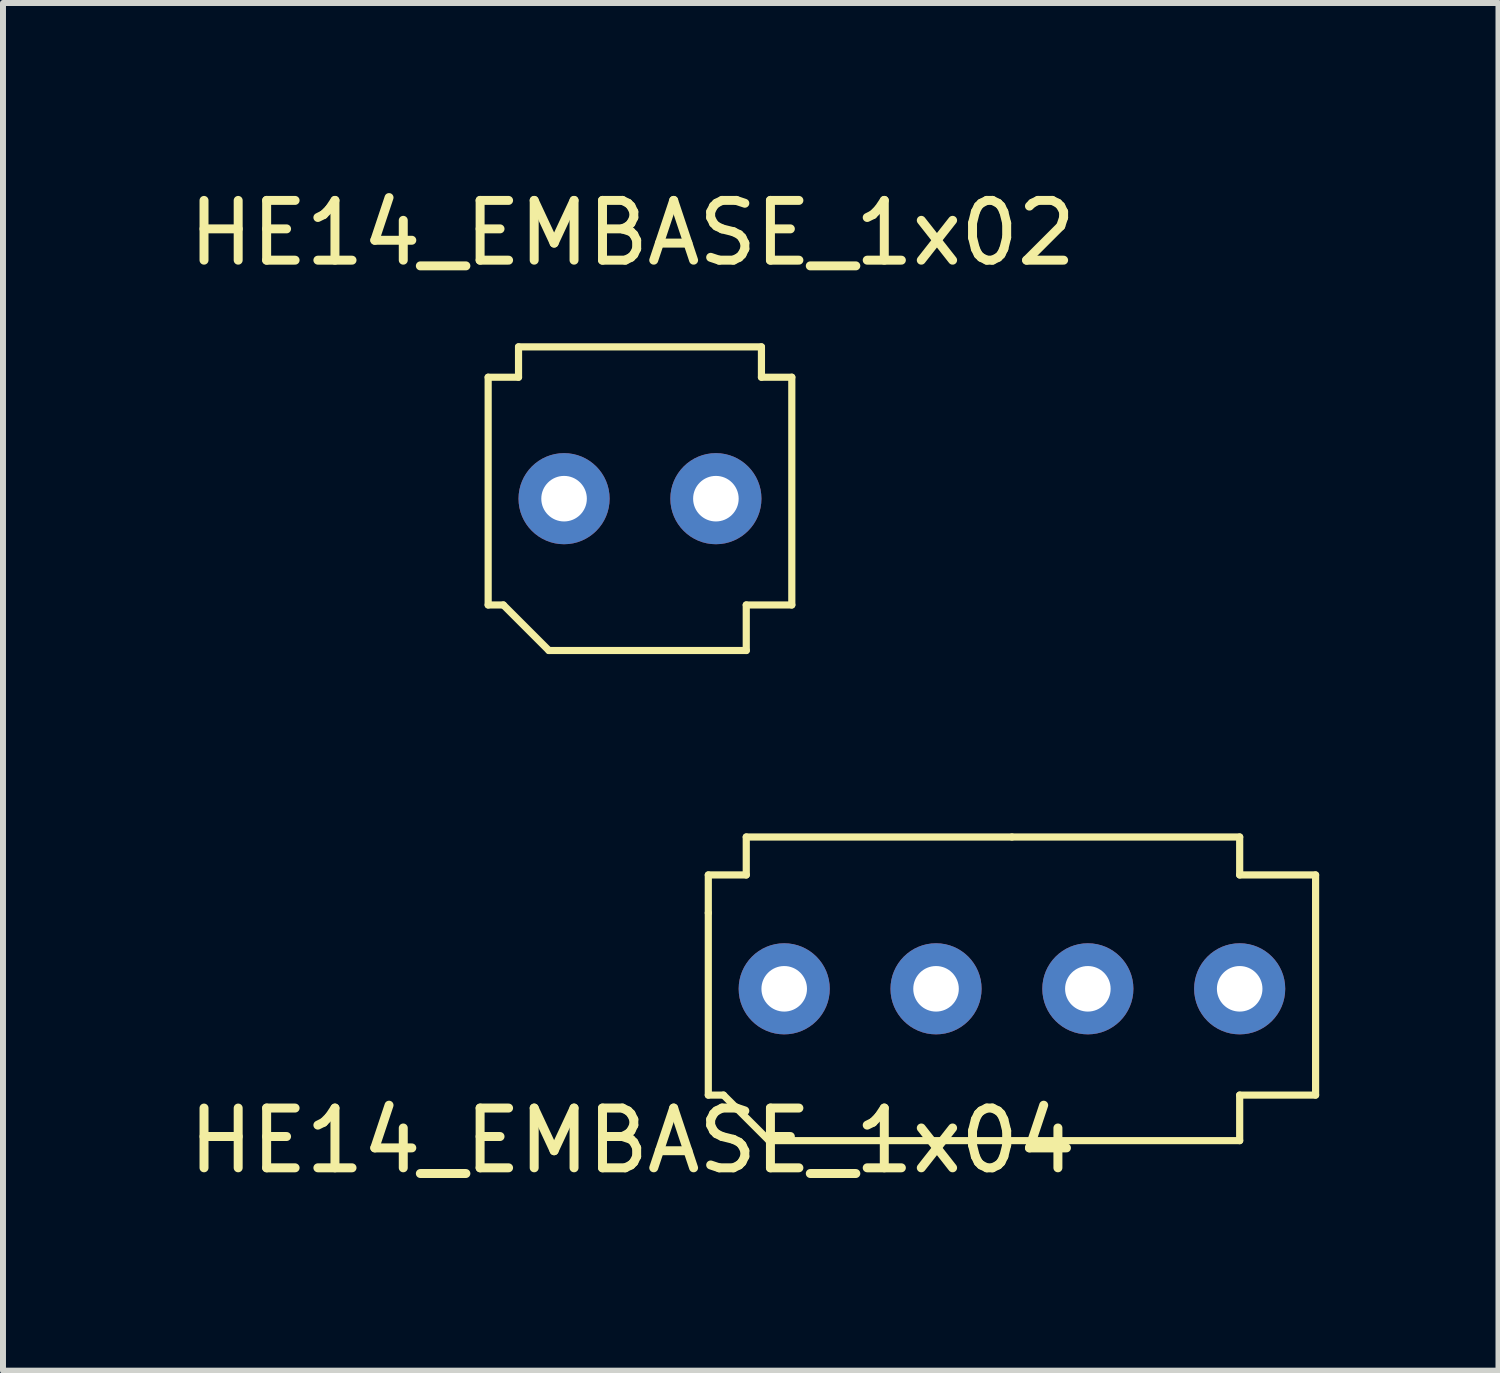
<source format=kicad_pcb>
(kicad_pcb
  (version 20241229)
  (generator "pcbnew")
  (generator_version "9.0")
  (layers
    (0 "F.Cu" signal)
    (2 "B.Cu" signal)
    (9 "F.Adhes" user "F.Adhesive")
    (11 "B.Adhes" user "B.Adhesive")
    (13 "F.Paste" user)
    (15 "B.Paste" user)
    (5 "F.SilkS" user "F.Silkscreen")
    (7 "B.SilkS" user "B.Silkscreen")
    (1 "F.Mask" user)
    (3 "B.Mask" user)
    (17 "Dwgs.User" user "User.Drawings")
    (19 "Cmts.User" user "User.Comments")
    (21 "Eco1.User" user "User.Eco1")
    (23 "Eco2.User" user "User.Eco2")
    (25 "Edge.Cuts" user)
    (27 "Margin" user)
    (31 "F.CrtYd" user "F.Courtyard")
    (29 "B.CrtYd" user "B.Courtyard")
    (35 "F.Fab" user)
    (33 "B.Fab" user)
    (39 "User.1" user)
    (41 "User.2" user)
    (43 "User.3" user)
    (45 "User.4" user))
  (footprint "HE14_EMBASE_1x02"
    (layer "F.Cu")
    (at 5.625 5.293)
    (property "Reference" "HE14_EMBASE_1x02" (at 1.905 -4.445 0) (unlocked yes) (layer "F.SilkS") (effects (font (size 1 1) (thickness 0.15))))
    (attr through_hole)
    (fp_line (start -0.508 -2.032) (end -0.508 1.778) (stroke (width 0.12) (type solid)) (layer "F.SilkS"))
    (fp_line (start -0.508 1.778) (end -0.254 1.778) (stroke (width 0.12) (type solid)) (layer "F.SilkS"))
    (fp_line (start -0.254 1.778) (end 0.508 2.54) (stroke (width 0.12) (type solid)) (layer "F.SilkS"))
    (fp_line (start 0 -2.54) (end 0 -2.032) (stroke (width 0.12) (type solid)) (layer "F.SilkS"))
    (fp_line (start 0 -2.032) (end -0.508 -2.032) (stroke (width 0.12) (type solid)) (layer "F.SilkS"))
    (fp_line (start 0.508 2.54) (end 3.81 2.54) (stroke (width 0.12) (type solid)) (layer "F.SilkS"))
    (fp_line (start 3.81 1.778) (end 3.81 2.54) (stroke (width 0.12) (type solid)) (layer "F.SilkS"))
    (fp_line (start 4.064 -2.54) (end 0 -2.54) (stroke (width 0.12) (type solid)) (layer "F.SilkS"))
    (fp_line (start 4.064 -2.54) (end 4.064 -2.032) (stroke (width 0.12) (type solid)) (layer "F.SilkS"))
    (fp_line (start 4.064 -2.032) (end 4.572 -2.032) (stroke (width 0.12) (type solid)) (layer "F.SilkS"))
    (fp_line (start 4.572 1.778) (end 3.81 1.778) (stroke (width 0.12) (type solid)) (layer "F.SilkS"))
    (fp_line (start 4.572 1.778) (end 4.572 -2.032) (stroke (width 0.12) (type solid)) (layer "F.SilkS"))
    (pad "1" thru_hole circle (at 0.762 0) (size 1.524 1.524) (drill 0.762) (layers "*.Cu" "*.Mask"))
    (pad "2" thru_hole circle (at 3.302 0) (size 1.524 1.524) (drill 0.762) (layers "*.Cu" "*.Mask")))
  (footprint "HE14_EMBASE_1x04"
    (layer "F.Cu")
    (at 10.07 13.493)
    (property "Reference" "HE14_EMBASE_1x04" (at -2.54 2.54 0) (unlocked yes) (layer "F.SilkS") (effects (font (size 1 1) (thickness 0.15))))
    (attr through_hole)
    (fp_line (start -1.27 -1.905) (end -1.27 -1.27) (stroke (width 0.12) (type solid)) (layer "F.SilkS"))
    (fp_line (start -1.27 -1.905) (end -0.635 -1.905) (stroke (width 0.12) (type solid)) (layer "F.SilkS"))
    (fp_line (start -1.27 -1.27) (end -1.27 1.778) (stroke (width 0.12) (type solid)) (layer "F.SilkS"))
    (fp_line (start -1.27 1.778) (end -1.016 1.778) (stroke (width 0.12) (type solid)) (layer "F.SilkS"))
    (fp_line (start -1.016 1.778) (end -0.254 2.54) (stroke (width 0.12) (type solid)) (layer "F.SilkS"))
    (fp_line (start -0.635 -2.54) (end -0.635 -1.905) (stroke (width 0.12) (type solid)) (layer "F.SilkS"))
    (fp_line (start -0.254 2.54) (end 7.62 2.54) (stroke (width 0.12) (type solid)) (layer "F.SilkS"))
    (fp_line (start 3.81 -2.54) (end -0.635 -2.54) (stroke (width 0.12) (type solid)) (layer "F.SilkS"))
    (fp_line (start 3.81 -2.54) (end 7.62 -2.54) (stroke (width 0.12) (type solid)) (layer "F.SilkS"))
    (fp_line (start 7.62 -1.905) (end 7.62 -2.54) (stroke (width 0.12) (type solid)) (layer "F.SilkS"))
    (fp_line (start 7.62 -1.905) (end 8.89 -1.905) (stroke (width 0.12) (type solid)) (layer "F.SilkS"))
    (fp_line (start 7.62 1.778) (end 7.62 2.54) (stroke (width 0.12) (type solid)) (layer "F.SilkS"))
    (fp_line (start 8.89 1.778) (end 7.62 1.778) (stroke (width 0.12) (type solid)) (layer "F.SilkS"))
    (fp_line (start 8.89 1.778) (end 8.89 -1.905) (stroke (width 0.12) (type solid)) (layer "F.SilkS"))
    (pad "1" thru_hole circle (at 0 0) (size 1.524 1.524) (drill 0.762) (layers "*.Cu" "*.Mask"))
    (pad "2" thru_hole circle (at 2.54 0) (size 1.524 1.524) (drill 0.762) (layers "*.Cu" "*.Mask"))
    (pad "3" thru_hole circle (at 5.08 0) (size 1.524 1.524) (drill 0.762) (layers "*.Cu" "*.Mask"))
    (pad "4" thru_hole circle (at 7.62 0) (size 1.524 1.524) (drill 0.762) (layers "*.Cu" "*.Mask")))
  (gr_rect
    (start -3 -3)
    (end 22.02 19.881)
    (stroke (width 0.1) (type default))
    (fill no)
    (layer "Edge.Cuts")))
</source>
